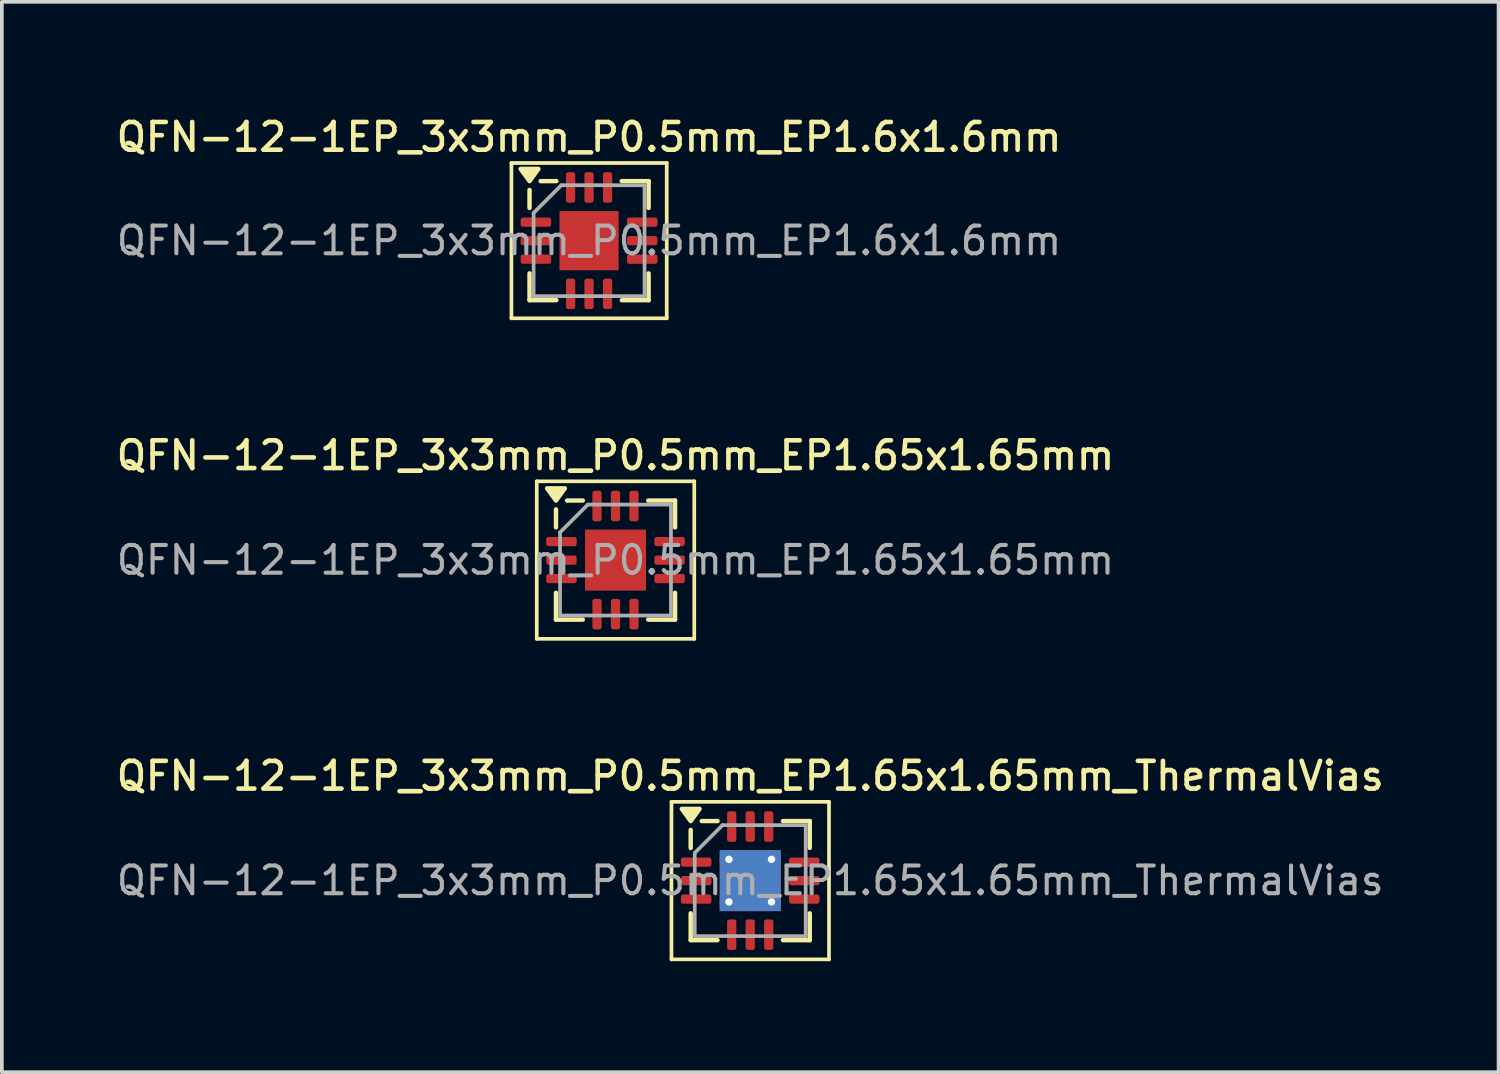
<source format=kicad_pcb>
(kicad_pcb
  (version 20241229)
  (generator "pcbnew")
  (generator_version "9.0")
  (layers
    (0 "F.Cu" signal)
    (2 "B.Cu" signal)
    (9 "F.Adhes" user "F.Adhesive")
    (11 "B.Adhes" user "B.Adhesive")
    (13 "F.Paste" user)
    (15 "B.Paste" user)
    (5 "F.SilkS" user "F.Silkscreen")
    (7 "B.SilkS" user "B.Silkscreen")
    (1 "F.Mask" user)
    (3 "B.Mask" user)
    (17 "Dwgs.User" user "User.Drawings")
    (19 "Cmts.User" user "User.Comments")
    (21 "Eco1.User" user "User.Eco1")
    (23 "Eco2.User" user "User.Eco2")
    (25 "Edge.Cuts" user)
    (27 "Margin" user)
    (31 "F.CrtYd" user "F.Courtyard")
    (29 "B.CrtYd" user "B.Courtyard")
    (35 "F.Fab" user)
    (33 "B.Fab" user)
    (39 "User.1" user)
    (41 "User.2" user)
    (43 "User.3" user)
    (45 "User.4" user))
  (footprint "QFN-12-1EP_3x3mm_P0.5mm_EP1.65x1.65mm"
    (layer "F.Cu")
    (at 13.595 12.096)
    (property "Reference" "QFN-12-1EP_3x3mm_P0.5mm_EP1.65x1.65mm" (at 0 -2.83 0) (layer "F.SilkS") (effects (font (size 0.75 0.75) (thickness 0.125))))
    (attr smd)
    (fp_line (start -2.13 -2.13) (end -2.13 2.13) (stroke (width 0.1) (type solid)) (layer "F.SilkS"))
    (fp_line (start -2.13 2.13) (end 2.13 2.13) (stroke (width 0.1) (type solid)) (layer "F.SilkS"))
    (fp_line (start -1.61 -0.885) (end -1.61 -1.37) (stroke (width 0.12) (type solid)) (layer "F.SilkS"))
    (fp_line (start -1.61 1.61) (end -1.61 0.885) (stroke (width 0.12) (type solid)) (layer "F.SilkS"))
    (fp_line (start -0.885 -1.61) (end -1.31 -1.61) (stroke (width 0.12) (type solid)) (layer "F.SilkS"))
    (fp_line (start -0.885 1.61) (end -1.61 1.61) (stroke (width 0.12) (type solid)) (layer "F.SilkS"))
    (fp_line (start 0.885 -1.61) (end 1.61 -1.61) (stroke (width 0.12) (type solid)) (layer "F.SilkS"))
    (fp_line (start 0.885 1.61) (end 1.61 1.61) (stroke (width 0.12) (type solid)) (layer "F.SilkS"))
    (fp_line (start 1.61 -1.61) (end 1.61 -0.885) (stroke (width 0.12) (type solid)) (layer "F.SilkS"))
    (fp_line (start 1.61 1.61) (end 1.61 0.885) (stroke (width 0.12) (type solid)) (layer "F.SilkS"))
    (fp_line (start 2.13 -2.13) (end -2.13 -2.13) (stroke (width 0.1) (type solid)) (layer "F.SilkS"))
    (fp_line (start 2.13 2.13) (end 2.13 -2.13) (stroke (width 0.1) (type solid)) (layer "F.SilkS"))
    (fp_poly (pts (xy -1.61 -1.61) (xy -1.85 -1.94) (xy -1.37 -1.94) (xy -1.61 -1.61)) (stroke (width 0.12) (type solid)) (fill yes) (layer "F.SilkS"))
    (fp_line (start -1.5 -0.75) (end -0.75 -1.5) (stroke (width 0.1) (type solid)) (layer "F.Fab"))
    (fp_line (start -1.5 1.5) (end -1.5 -0.75) (stroke (width 0.1) (type solid)) (layer "F.Fab"))
    (fp_line (start -0.75 -1.5) (end 1.5 -1.5) (stroke (width 0.1) (type solid)) (layer "F.Fab"))
    (fp_line (start 1.5 -1.5) (end 1.5 1.5) (stroke (width 0.1) (type solid)) (layer "F.Fab"))
    (fp_line (start 1.5 1.5) (end -1.5 1.5) (stroke (width 0.1) (type solid)) (layer "F.Fab"))
    (fp_text user "${REFERENCE}" (at 0 0 0) (layer "F.Fab") (effects (font (size 0.75 0.75) (thickness 0.11))))
    (pad "" smd roundrect (at -0.41 -0.41) (size 0.67 0.67) (layers "F.Paste") (roundrect_rratio 0.25))
    (pad "" smd roundrect (at -0.41 0.41) (size 0.67 0.67) (layers "F.Paste") (roundrect_rratio 0.25))
    (pad "" smd roundrect (at 0.41 -0.41) (size 0.67 0.67) (layers "F.Paste") (roundrect_rratio 0.25))
    (pad "" smd roundrect (at 0.41 0.41) (size 0.67 0.67) (layers "F.Paste") (roundrect_rratio 0.25))
    (pad "1" smd roundrect (at -1.462 -0.5) (size 0.825 0.25) (layers "F.Cu" "F.Mask" "F.Paste") (roundrect_rratio 0.25))
    (pad "2" smd roundrect (at -1.462 0) (size 0.825 0.25) (layers "F.Cu" "F.Mask" "F.Paste") (roundrect_rratio 0.25))
    (pad "3" smd roundrect (at -1.462 0.5) (size 0.825 0.25) (layers "F.Cu" "F.Mask" "F.Paste") (roundrect_rratio 0.25))
    (pad "4" smd roundrect (at -0.5 1.462) (size 0.25 0.825) (layers "F.Cu" "F.Mask" "F.Paste") (roundrect_rratio 0.25))
    (pad "5" smd roundrect (at 0 1.462) (size 0.25 0.825) (layers "F.Cu" "F.Mask" "F.Paste") (roundrect_rratio 0.25))
    (pad "6" smd roundrect (at 0.5 1.462) (size 0.25 0.825) (layers "F.Cu" "F.Mask" "F.Paste") (roundrect_rratio 0.25))
    (pad "7" smd roundrect (at 1.462 0.5) (size 0.825 0.25) (layers "F.Cu" "F.Mask" "F.Paste") (roundrect_rratio 0.25))
    (pad "8" smd roundrect (at 1.462 0) (size 0.825 0.25) (layers "F.Cu" "F.Mask" "F.Paste") (roundrect_rratio 0.25))
    (pad "9" smd roundrect (at 1.462 -0.5) (size 0.825 0.25) (layers "F.Cu" "F.Mask" "F.Paste") (roundrect_rratio 0.25))
    (pad "10" smd roundrect (at 0.5 -1.462) (size 0.25 0.825) (layers "F.Cu" "F.Mask" "F.Paste") (roundrect_rratio 0.25))
    (pad "11" smd roundrect (at 0 -1.462) (size 0.25 0.825) (layers "F.Cu" "F.Mask" "F.Paste") (roundrect_rratio 0.25))
    (pad "12" smd roundrect (at -0.5 -1.462) (size 0.25 0.825) (layers "F.Cu" "F.Mask" "F.Paste") (roundrect_rratio 0.25))
    (pad "13" smd rect (at 0 0) (size 1.65 1.65) (property pad_prop_heatsink) (layers "F.Cu" "F.Mask")))
  (footprint "QFN-12-1EP_3x3mm_P0.5mm_EP1.6x1.6mm"
    (layer "F.Cu")
    (at 12.88 3.458)
    (property "Reference" "QFN-12-1EP_3x3mm_P0.5mm_EP1.6x1.6mm" (at 0 -2.8 0) (layer "F.SilkS") (effects (font (size 0.75 0.75) (thickness 0.125))))
    (attr smd)
    (fp_line (start -2.1 -2.1) (end -2.1 2.1) (stroke (width 0.1) (type solid)) (layer "F.SilkS"))
    (fp_line (start -2.1 2.1) (end 2.1 2.1) (stroke (width 0.1) (type solid)) (layer "F.SilkS"))
    (fp_line (start -1.61 -0.885) (end -1.61 -1.37) (stroke (width 0.12) (type solid)) (layer "F.SilkS"))
    (fp_line (start -1.61 1.61) (end -1.61 0.885) (stroke (width 0.12) (type solid)) (layer "F.SilkS"))
    (fp_line (start -0.885 -1.61) (end -1.31 -1.61) (stroke (width 0.12) (type solid)) (layer "F.SilkS"))
    (fp_line (start -0.885 1.61) (end -1.61 1.61) (stroke (width 0.12) (type solid)) (layer "F.SilkS"))
    (fp_line (start 0.885 -1.61) (end 1.61 -1.61) (stroke (width 0.12) (type solid)) (layer "F.SilkS"))
    (fp_line (start 0.885 1.61) (end 1.61 1.61) (stroke (width 0.12) (type solid)) (layer "F.SilkS"))
    (fp_line (start 1.61 -1.61) (end 1.61 -0.885) (stroke (width 0.12) (type solid)) (layer "F.SilkS"))
    (fp_line (start 1.61 1.61) (end 1.61 0.885) (stroke (width 0.12) (type solid)) (layer "F.SilkS"))
    (fp_line (start 2.1 -2.1) (end -2.1 -2.1) (stroke (width 0.1) (type solid)) (layer "F.SilkS"))
    (fp_line (start 2.1 2.1) (end 2.1 -2.1) (stroke (width 0.1) (type solid)) (layer "F.SilkS"))
    (fp_poly (pts (xy -1.61 -1.61) (xy -1.85 -1.94) (xy -1.37 -1.94) (xy -1.61 -1.61)) (stroke (width 0.12) (type solid)) (fill yes) (layer "F.SilkS"))
    (fp_line (start -1.5 -0.75) (end -0.75 -1.5) (stroke (width 0.1) (type solid)) (layer "F.Fab"))
    (fp_line (start -1.5 1.5) (end -1.5 -0.75) (stroke (width 0.1) (type solid)) (layer "F.Fab"))
    (fp_line (start -0.75 -1.5) (end 1.5 -1.5) (stroke (width 0.1) (type solid)) (layer "F.Fab"))
    (fp_line (start 1.5 -1.5) (end 1.5 1.5) (stroke (width 0.1) (type solid)) (layer "F.Fab"))
    (fp_line (start 1.5 1.5) (end -1.5 1.5) (stroke (width 0.1) (type solid)) (layer "F.Fab"))
    (fp_text user "${REFERENCE}" (at 0 0 0) (layer "F.Fab") (effects (font (size 0.75 0.75) (thickness 0.11))))
    (pad "" smd roundrect (at -0.4 -0.4) (size 0.64 0.64) (layers "F.Paste") (roundrect_rratio 0.25))
    (pad "" smd roundrect (at -0.4 0.4) (size 0.64 0.64) (layers "F.Paste") (roundrect_rratio 0.25))
    (pad "" smd roundrect (at 0.4 -0.4) (size 0.64 0.64) (layers "F.Paste") (roundrect_rratio 0.25))
    (pad "" smd roundrect (at 0.4 0.4) (size 0.64 0.64) (layers "F.Paste") (roundrect_rratio 0.25))
    (pad "1" smd roundrect (at -1.438 -0.5) (size 0.825 0.25) (layers "F.Cu" "F.Mask" "F.Paste") (roundrect_rratio 0.25))
    (pad "2" smd roundrect (at -1.438 0) (size 0.825 0.25) (layers "F.Cu" "F.Mask" "F.Paste") (roundrect_rratio 0.25))
    (pad "3" smd roundrect (at -1.438 0.5) (size 0.825 0.25) (layers "F.Cu" "F.Mask" "F.Paste") (roundrect_rratio 0.25))
    (pad "4" smd roundrect (at -0.5 1.438) (size 0.25 0.825) (layers "F.Cu" "F.Mask" "F.Paste") (roundrect_rratio 0.25))
    (pad "5" smd roundrect (at 0 1.438) (size 0.25 0.825) (layers "F.Cu" "F.Mask" "F.Paste") (roundrect_rratio 0.25))
    (pad "6" smd roundrect (at 0.5 1.438) (size 0.25 0.825) (layers "F.Cu" "F.Mask" "F.Paste") (roundrect_rratio 0.25))
    (pad "7" smd roundrect (at 1.438 0.5) (size 0.825 0.25) (layers "F.Cu" "F.Mask" "F.Paste") (roundrect_rratio 0.25))
    (pad "8" smd roundrect (at 1.438 0) (size 0.825 0.25) (layers "F.Cu" "F.Mask" "F.Paste") (roundrect_rratio 0.25))
    (pad "9" smd roundrect (at 1.438 -0.5) (size 0.825 0.25) (layers "F.Cu" "F.Mask" "F.Paste") (roundrect_rratio 0.25))
    (pad "10" smd roundrect (at 0.5 -1.438) (size 0.25 0.825) (layers "F.Cu" "F.Mask" "F.Paste") (roundrect_rratio 0.25))
    (pad "11" smd roundrect (at 0 -1.438) (size 0.25 0.825) (layers "F.Cu" "F.Mask" "F.Paste") (roundrect_rratio 0.25))
    (pad "12" smd roundrect (at -0.5 -1.438) (size 0.25 0.825) (layers "F.Cu" "F.Mask" "F.Paste") (roundrect_rratio 0.25))
    (pad "13" smd rect (at 0 0) (size 1.6 1.6) (property pad_prop_heatsink) (layers "F.Cu" "F.Mask")))
  (footprint "QFN-12-1EP_3x3mm_P0.5mm_EP1.65x1.65mm_ThermalVias"
    (layer "F.Cu")
    (at 17.238 20.764)
    (property "Reference" "QFN-12-1EP_3x3mm_P0.5mm_EP1.65x1.65mm_ThermalVias" (at 0 -2.83 0) (layer "F.SilkS") (effects (font (size 0.75 0.75) (thickness 0.125))))
    (attr smd)
    (fp_line (start -2.13 -2.13) (end -2.13 2.13) (stroke (width 0.1) (type solid)) (layer "F.SilkS"))
    (fp_line (start -2.13 2.13) (end 2.13 2.13) (stroke (width 0.1) (type solid)) (layer "F.SilkS"))
    (fp_line (start -1.61 -0.885) (end -1.61 -1.37) (stroke (width 0.12) (type solid)) (layer "F.SilkS"))
    (fp_line (start -1.61 1.61) (end -1.61 0.885) (stroke (width 0.12) (type solid)) (layer "F.SilkS"))
    (fp_line (start -0.885 -1.61) (end -1.31 -1.61) (stroke (width 0.12) (type solid)) (layer "F.SilkS"))
    (fp_line (start -0.885 1.61) (end -1.61 1.61) (stroke (width 0.12) (type solid)) (layer "F.SilkS"))
    (fp_line (start 0.885 -1.61) (end 1.61 -1.61) (stroke (width 0.12) (type solid)) (layer "F.SilkS"))
    (fp_line (start 0.885 1.61) (end 1.61 1.61) (stroke (width 0.12) (type solid)) (layer "F.SilkS"))
    (fp_line (start 1.61 -1.61) (end 1.61 -0.885) (stroke (width 0.12) (type solid)) (layer "F.SilkS"))
    (fp_line (start 1.61 1.61) (end 1.61 0.885) (stroke (width 0.12) (type solid)) (layer "F.SilkS"))
    (fp_line (start 2.13 -2.13) (end -2.13 -2.13) (stroke (width 0.1) (type solid)) (layer "F.SilkS"))
    (fp_line (start 2.13 2.13) (end 2.13 -2.13) (stroke (width 0.1) (type solid)) (layer "F.SilkS"))
    (fp_poly (pts (xy -1.61 -1.61) (xy -1.85 -1.94) (xy -1.37 -1.94) (xy -1.61 -1.61)) (stroke (width 0.12) (type solid)) (fill yes) (layer "F.SilkS"))
    (fp_line (start -1.5 -0.75) (end -0.75 -1.5) (stroke (width 0.1) (type solid)) (layer "F.Fab"))
    (fp_line (start -1.5 1.5) (end -1.5 -0.75) (stroke (width 0.1) (type solid)) (layer "F.Fab"))
    (fp_line (start -0.75 -1.5) (end 1.5 -1.5) (stroke (width 0.1) (type solid)) (layer "F.Fab"))
    (fp_line (start 1.5 -1.5) (end 1.5 1.5) (stroke (width 0.1) (type solid)) (layer "F.Fab"))
    (fp_line (start 1.5 1.5) (end -1.5 1.5) (stroke (width 0.1) (type solid)) (layer "F.Fab"))
    (fp_text user "${REFERENCE}" (at 0 0 0) (layer "F.Fab") (effects (font (size 0.75 0.75) (thickness 0.11))))
    (pad "" smd roundrect (at -0.41 -0.41) (size 0.71 0.71) (layers "F.Paste") (roundrect_rratio 0.25))
    (pad "" smd roundrect (at -0.41 0.41) (size 0.71 0.71) (layers "F.Paste") (roundrect_rratio 0.25))
    (pad "" smd roundrect (at 0.41 -0.41) (size 0.71 0.71) (layers "F.Paste") (roundrect_rratio 0.25))
    (pad "" smd roundrect (at 0.41 0.41) (size 0.71 0.71) (layers "F.Paste") (roundrect_rratio 0.25))
    (pad "1" smd roundrect (at -1.462 -0.5) (size 0.825 0.25) (layers "F.Cu" "F.Mask" "F.Paste") (roundrect_rratio 0.25))
    (pad "2" smd roundrect (at -1.462 0) (size 0.825 0.25) (layers "F.Cu" "F.Mask" "F.Paste") (roundrect_rratio 0.25))
    (pad "3" smd roundrect (at -1.462 0.5) (size 0.825 0.25) (layers "F.Cu" "F.Mask" "F.Paste") (roundrect_rratio 0.25))
    (pad "4" smd roundrect (at -0.5 1.462) (size 0.25 0.825) (layers "F.Cu" "F.Mask" "F.Paste") (roundrect_rratio 0.25))
    (pad "5" smd roundrect (at 0 1.462) (size 0.25 0.825) (layers "F.Cu" "F.Mask" "F.Paste") (roundrect_rratio 0.25))
    (pad "6" smd roundrect (at 0.5 1.462) (size 0.25 0.825) (layers "F.Cu" "F.Mask" "F.Paste") (roundrect_rratio 0.25))
    (pad "7" smd roundrect (at 1.462 0.5) (size 0.825 0.25) (layers "F.Cu" "F.Mask" "F.Paste") (roundrect_rratio 0.25))
    (pad "8" smd roundrect (at 1.462 0) (size 0.825 0.25) (layers "F.Cu" "F.Mask" "F.Paste") (roundrect_rratio 0.25))
    (pad "9" smd roundrect (at 1.462 -0.5) (size 0.825 0.25) (layers "F.Cu" "F.Mask" "F.Paste") (roundrect_rratio 0.25))
    (pad "10" smd roundrect (at 0.5 -1.462) (size 0.25 0.825) (layers "F.Cu" "F.Mask" "F.Paste") (roundrect_rratio 0.25))
    (pad "11" smd roundrect (at 0 -1.462) (size 0.25 0.825) (layers "F.Cu" "F.Mask" "F.Paste") (roundrect_rratio 0.25))
    (pad "12" smd roundrect (at -0.5 -1.462) (size 0.25 0.825) (layers "F.Cu" "F.Mask" "F.Paste") (roundrect_rratio 0.25))
    (pad "13" thru_hole circle (at -0.575 -0.575) (size 0.5 0.5) (drill 0.2) (property pad_prop_heatsink) (layers "*.Cu"))
    (pad "13" thru_hole circle (at -0.575 0.575) (size 0.5 0.5) (drill 0.2) (property pad_prop_heatsink) (layers "*.Cu"))
    (pad "13" smd rect (at 0 0) (size 1.65 1.65) (property pad_prop_heatsink) (layers "F.Cu" "F.Mask"))
    (pad "13" smd rect (at 0 0) (size 1.65 1.65) (property pad_prop_heatsink) (layers "B.Cu"))
    (pad "13" thru_hole circle (at 0.575 -0.575) (size 0.5 0.5) (drill 0.2) (property pad_prop_heatsink) (layers "*.Cu"))
    (pad "13" thru_hole circle (at 0.575 0.575) (size 0.5 0.5) (drill 0.2) (property pad_prop_heatsink) (layers "*.Cu")))
  (gr_rect
    (start -3 -3)
    (end 37.475 25.944)
    (stroke (width 0.1) (type default))
    (fill no)
    (layer "Edge.Cuts")))
</source>
